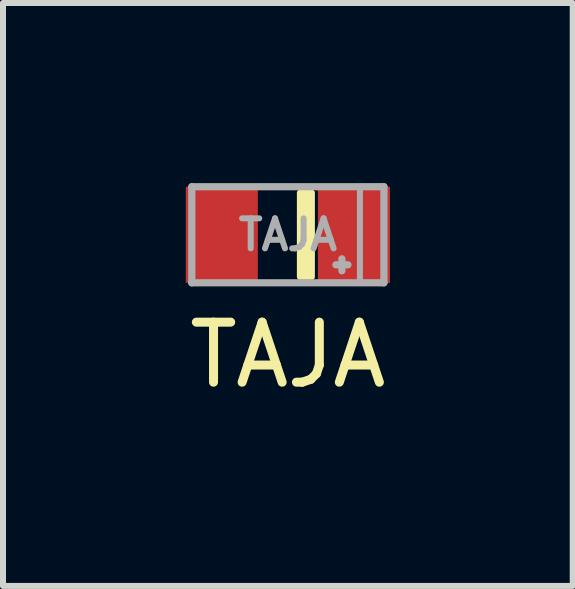
<source format=kicad_pcb>
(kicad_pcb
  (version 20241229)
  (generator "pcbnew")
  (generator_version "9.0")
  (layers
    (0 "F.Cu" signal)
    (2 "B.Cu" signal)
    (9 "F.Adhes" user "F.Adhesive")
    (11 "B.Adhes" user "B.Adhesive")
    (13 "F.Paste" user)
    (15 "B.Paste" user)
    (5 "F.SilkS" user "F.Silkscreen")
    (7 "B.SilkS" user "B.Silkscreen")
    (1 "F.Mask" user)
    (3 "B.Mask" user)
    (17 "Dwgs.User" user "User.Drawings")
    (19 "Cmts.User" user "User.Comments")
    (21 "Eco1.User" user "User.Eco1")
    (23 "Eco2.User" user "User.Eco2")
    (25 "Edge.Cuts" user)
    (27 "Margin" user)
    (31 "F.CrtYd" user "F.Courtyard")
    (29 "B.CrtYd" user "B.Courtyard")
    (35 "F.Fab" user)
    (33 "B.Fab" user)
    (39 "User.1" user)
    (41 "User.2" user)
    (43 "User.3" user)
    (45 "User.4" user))
  (footprint "TAJA"
    (layer "F.Cu")
    (at 1.744 0.86)
    (property "Reference" "TAJA" (at 0 2 0) (layer "F.SilkS") (effects (font (size 1 1) (thickness 0.15))))
    (attr smd)
    (fp_poly (pts (xy 0.2 -0.7) (xy 0.2 0.7) (xy 0.4 0.7) (xy 0.4 -0.7)) (stroke (width 0.1) (type solid)) (fill yes) (layer "F.SilkS"))
    (fp_line (start -1.6 -0.8) (end -1.6 0.8) (stroke (width 0.12) (type solid)) (layer "F.Fab"))
    (fp_line (start -1.6 0.8) (end 1.6 0.8) (stroke (width 0.12) (type solid)) (layer "F.Fab"))
    (fp_line (start 0.9 0.6) (end 0.9 0.4) (stroke (width 0.12) (type solid)) (layer "F.Fab"))
    (fp_line (start 1 0.5) (end 0.8 0.5) (stroke (width 0.12) (type solid)) (layer "F.Fab"))
    (fp_line (start 1.6 -0.8) (end -1.6 -0.8) (stroke (width 0.12) (type solid)) (layer "F.Fab"))
    (fp_line (start 1.6 0.8) (end 1.6 -0.8) (stroke (width 0.12) (type solid)) (layer "F.Fab"))
    (fp_poly (pts (xy 1.6 0.8) (xy 1.6 -0.8) (xy 1.2 -0.8) (xy 1.2 0.8)) (stroke (width 0.1) (type solid)) (fill no) (layer "F.Fab"))
    (fp_text user "${REFERENCE}" (at 0 0 0) (layer "F.Fab") (effects (font (size 0.5 0.5) (thickness 0.1))))
    (pad "1" smd rect (at 1.1 0 180) (size 1.2 1.6) (layers "F.Cu" "F.Mask" "F.Paste"))
    (pad "2" smd rect (at -1.1 0 180) (size 1.2 1.6) (layers "F.Cu" "F.Mask" "F.Paste")))
  (gr_rect
    (start -3 -3)
    (end 6.488 6.708)
    (stroke (width 0.1) (type default))
    (fill no)
    (layer "Edge.Cuts")))
</source>
